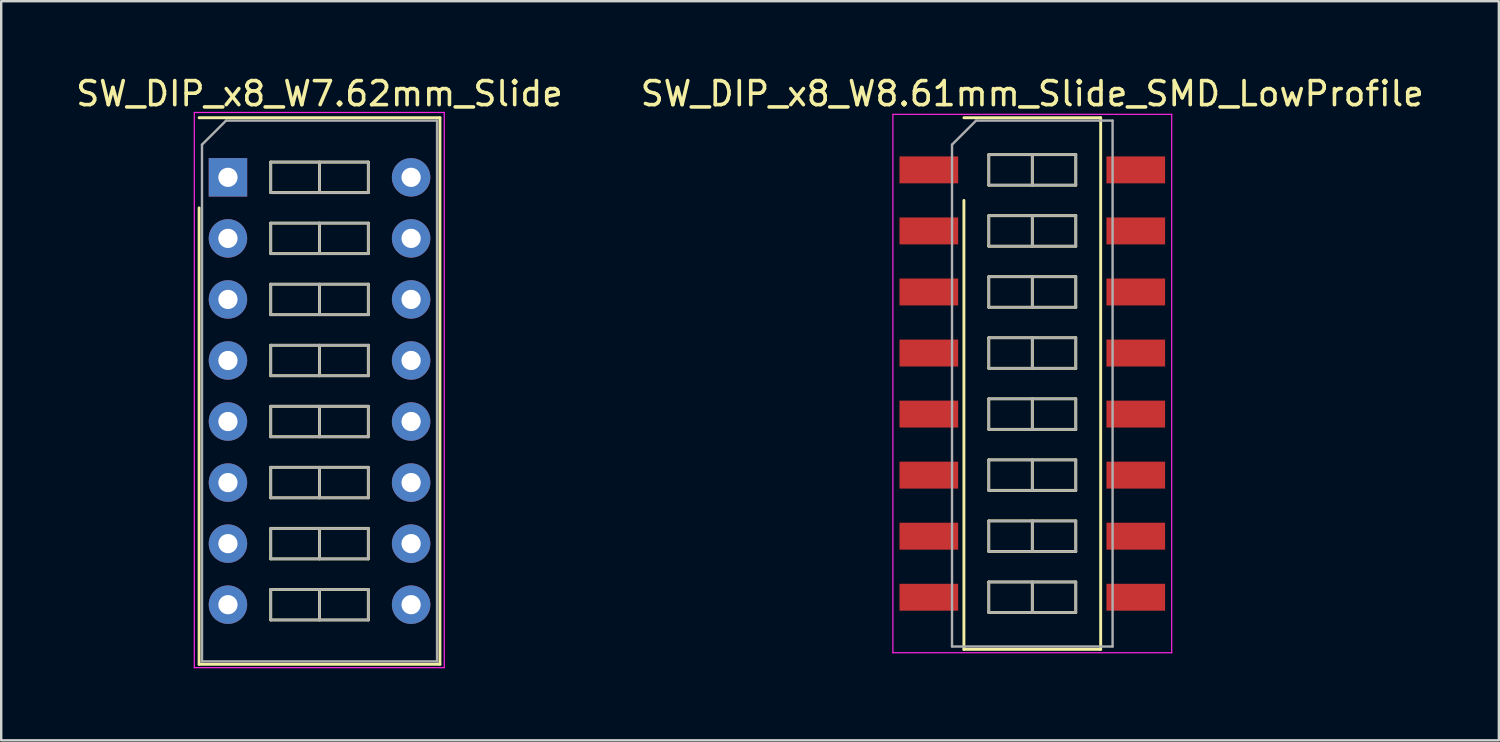
<source format=kicad_pcb>
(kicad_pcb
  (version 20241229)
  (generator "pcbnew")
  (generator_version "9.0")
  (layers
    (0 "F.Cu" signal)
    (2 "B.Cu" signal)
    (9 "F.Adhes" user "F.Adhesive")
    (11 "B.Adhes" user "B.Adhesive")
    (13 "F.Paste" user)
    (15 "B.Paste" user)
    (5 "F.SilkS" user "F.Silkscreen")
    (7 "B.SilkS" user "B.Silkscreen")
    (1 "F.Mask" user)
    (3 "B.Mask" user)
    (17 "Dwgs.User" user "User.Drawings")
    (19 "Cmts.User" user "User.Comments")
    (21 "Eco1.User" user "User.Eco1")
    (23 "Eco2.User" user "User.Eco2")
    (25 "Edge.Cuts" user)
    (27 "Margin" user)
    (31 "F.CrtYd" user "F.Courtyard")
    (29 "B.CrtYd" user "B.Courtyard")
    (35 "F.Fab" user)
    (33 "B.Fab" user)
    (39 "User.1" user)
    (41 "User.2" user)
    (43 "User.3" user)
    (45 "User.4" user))
  (footprint "SW_DIP_x8_W8.61mm_Slide_SMD_LowProfile"
    (layer "F.Cu")
    (at 39.899 12.908)
    (property "Reference" "SW_DIP_x8_W8.61mm_Slide_SMD_LowProfile" (at 0 -12.06 0) (layer "F.SilkS") (effects (font (size 1 1) (thickness 0.15))))
    (attr smd)
    (fp_line (start -2.845 -11.06) (end 2.845 -11.06) (stroke (width 0.12) (type solid)) (layer "F.SilkS"))
    (fp_line (start -2.845 11.06) (end -2.845 -7.62) (stroke (width 0.12) (type solid)) (layer "F.SilkS"))
    (fp_line (start -1.81 -9.525) (end -1.81 -8.255) (stroke (width 0.12) (type solid)) (layer "F.SilkS"))
    (fp_line (start -1.81 -8.255) (end 1.81 -8.255) (stroke (width 0.12) (type solid)) (layer "F.SilkS"))
    (fp_line (start -1.81 -6.985) (end -1.81 -5.715) (stroke (width 0.12) (type solid)) (layer "F.SilkS"))
    (fp_line (start -1.81 -5.715) (end 1.81 -5.715) (stroke (width 0.12) (type solid)) (layer "F.SilkS"))
    (fp_line (start -1.81 -4.445) (end -1.81 -3.175) (stroke (width 0.12) (type solid)) (layer "F.SilkS"))
    (fp_line (start -1.81 -3.175) (end 1.81 -3.175) (stroke (width 0.12) (type solid)) (layer "F.SilkS"))
    (fp_line (start -1.81 -1.905) (end -1.81 -0.635) (stroke (width 0.12) (type solid)) (layer "F.SilkS"))
    (fp_line (start -1.81 -0.635) (end 1.81 -0.635) (stroke (width 0.12) (type solid)) (layer "F.SilkS"))
    (fp_line (start -1.81 0.635) (end -1.81 1.905) (stroke (width 0.12) (type solid)) (layer "F.SilkS"))
    (fp_line (start -1.81 1.905) (end 1.81 1.905) (stroke (width 0.12) (type solid)) (layer "F.SilkS"))
    (fp_line (start -1.81 3.175) (end -1.81 4.445) (stroke (width 0.12) (type solid)) (layer "F.SilkS"))
    (fp_line (start -1.81 4.445) (end 1.81 4.445) (stroke (width 0.12) (type solid)) (layer "F.SilkS"))
    (fp_line (start -1.81 5.715) (end -1.81 6.985) (stroke (width 0.12) (type solid)) (layer "F.SilkS"))
    (fp_line (start -1.81 6.985) (end 1.81 6.985) (stroke (width 0.12) (type solid)) (layer "F.SilkS"))
    (fp_line (start -1.81 8.255) (end -1.81 9.525) (stroke (width 0.12) (type solid)) (layer "F.SilkS"))
    (fp_line (start -1.81 9.525) (end 1.81 9.525) (stroke (width 0.12) (type solid)) (layer "F.SilkS"))
    (fp_line (start 0 -9.525) (end 0 -8.255) (stroke (width 0.12) (type solid)) (layer "F.SilkS"))
    (fp_line (start 0 -6.985) (end 0 -5.715) (stroke (width 0.12) (type solid)) (layer "F.SilkS"))
    (fp_line (start 0 -4.445) (end 0 -3.175) (stroke (width 0.12) (type solid)) (layer "F.SilkS"))
    (fp_line (start 0 -1.905) (end 0 -0.635) (stroke (width 0.12) (type solid)) (layer "F.SilkS"))
    (fp_line (start 0 0.635) (end 0 1.905) (stroke (width 0.12) (type solid)) (layer "F.SilkS"))
    (fp_line (start 0 3.175) (end 0 4.445) (stroke (width 0.12) (type solid)) (layer "F.SilkS"))
    (fp_line (start 0 5.715) (end 0 6.985) (stroke (width 0.12) (type solid)) (layer "F.SilkS"))
    (fp_line (start 0 8.255) (end 0 9.525) (stroke (width 0.12) (type solid)) (layer "F.SilkS"))
    (fp_line (start 1.81 -9.525) (end -1.81 -9.525) (stroke (width 0.12) (type solid)) (layer "F.SilkS"))
    (fp_line (start 1.81 -8.255) (end 1.81 -9.525) (stroke (width 0.12) (type solid)) (layer "F.SilkS"))
    (fp_line (start 1.81 -6.985) (end -1.81 -6.985) (stroke (width 0.12) (type solid)) (layer "F.SilkS"))
    (fp_line (start 1.81 -5.715) (end 1.81 -6.985) (stroke (width 0.12) (type solid)) (layer "F.SilkS"))
    (fp_line (start 1.81 -4.445) (end -1.81 -4.445) (stroke (width 0.12) (type solid)) (layer "F.SilkS"))
    (fp_line (start 1.81 -3.175) (end 1.81 -4.445) (stroke (width 0.12) (type solid)) (layer "F.SilkS"))
    (fp_line (start 1.81 -1.905) (end -1.81 -1.905) (stroke (width 0.12) (type solid)) (layer "F.SilkS"))
    (fp_line (start 1.81 -0.635) (end 1.81 -1.905) (stroke (width 0.12) (type solid)) (layer "F.SilkS"))
    (fp_line (start 1.81 0.635) (end -1.81 0.635) (stroke (width 0.12) (type solid)) (layer "F.SilkS"))
    (fp_line (start 1.81 1.905) (end 1.81 0.635) (stroke (width 0.12) (type solid)) (layer "F.SilkS"))
    (fp_line (start 1.81 3.175) (end -1.81 3.175) (stroke (width 0.12) (type solid)) (layer "F.SilkS"))
    (fp_line (start 1.81 4.445) (end 1.81 3.175) (stroke (width 0.12) (type solid)) (layer "F.SilkS"))
    (fp_line (start 1.81 5.715) (end -1.81 5.715) (stroke (width 0.12) (type solid)) (layer "F.SilkS"))
    (fp_line (start 1.81 6.985) (end 1.81 5.715) (stroke (width 0.12) (type solid)) (layer "F.SilkS"))
    (fp_line (start 1.81 8.255) (end -1.81 8.255) (stroke (width 0.12) (type solid)) (layer "F.SilkS"))
    (fp_line (start 1.81 9.525) (end 1.81 8.255) (stroke (width 0.12) (type solid)) (layer "F.SilkS"))
    (fp_line (start 2.845 -11.06) (end 2.845 11.06) (stroke (width 0.12) (type solid)) (layer "F.SilkS"))
    (fp_line (start 2.845 11.06) (end -2.845 11.06) (stroke (width 0.12) (type solid)) (layer "F.SilkS"))
    (fp_line (start -5.8 -11.2) (end -5.8 11.2) (stroke (width 0.05) (type solid)) (layer "F.CrtYd"))
    (fp_line (start -5.8 11.2) (end 5.8 11.2) (stroke (width 0.05) (type solid)) (layer "F.CrtYd"))
    (fp_line (start 5.8 -11.2) (end -5.8 -11.2) (stroke (width 0.05) (type solid)) (layer "F.CrtYd"))
    (fp_line (start 5.8 11.2) (end 5.8 -11.2) (stroke (width 0.05) (type solid)) (layer "F.CrtYd"))
    (fp_line (start -3.34 -9.94) (end -2.34 -10.94) (stroke (width 0.1) (type solid)) (layer "F.Fab"))
    (fp_line (start -3.34 10.94) (end -3.34 -9.94) (stroke (width 0.1) (type solid)) (layer "F.Fab"))
    (fp_line (start -2.34 -10.94) (end 3.34 -10.94) (stroke (width 0.1) (type solid)) (layer "F.Fab"))
    (fp_line (start -1.81 -9.525) (end -1.81 -8.255) (stroke (width 0.1) (type solid)) (layer "F.Fab"))
    (fp_line (start -1.81 -8.255) (end 1.81 -8.255) (stroke (width 0.1) (type solid)) (layer "F.Fab"))
    (fp_line (start -1.81 -6.985) (end -1.81 -5.715) (stroke (width 0.1) (type solid)) (layer "F.Fab"))
    (fp_line (start -1.81 -5.715) (end 1.81 -5.715) (stroke (width 0.1) (type solid)) (layer "F.Fab"))
    (fp_line (start -1.81 -4.445) (end -1.81 -3.175) (stroke (width 0.1) (type solid)) (layer "F.Fab"))
    (fp_line (start -1.81 -3.175) (end 1.81 -3.175) (stroke (width 0.1) (type solid)) (layer "F.Fab"))
    (fp_line (start -1.81 -1.905) (end -1.81 -0.635) (stroke (width 0.1) (type solid)) (layer "F.Fab"))
    (fp_line (start -1.81 -0.635) (end 1.81 -0.635) (stroke (width 0.1) (type solid)) (layer "F.Fab"))
    (fp_line (start -1.81 0.635) (end -1.81 1.905) (stroke (width 0.1) (type solid)) (layer "F.Fab"))
    (fp_line (start -1.81 1.905) (end 1.81 1.905) (stroke (width 0.1) (type solid)) (layer "F.Fab"))
    (fp_line (start -1.81 3.175) (end -1.81 4.445) (stroke (width 0.1) (type solid)) (layer "F.Fab"))
    (fp_line (start -1.81 4.445) (end 1.81 4.445) (stroke (width 0.1) (type solid)) (layer "F.Fab"))
    (fp_line (start -1.81 5.715) (end -1.81 6.985) (stroke (width 0.1) (type solid)) (layer "F.Fab"))
    (fp_line (start -1.81 6.985) (end 1.81 6.985) (stroke (width 0.1) (type solid)) (layer "F.Fab"))
    (fp_line (start -1.81 8.255) (end -1.81 9.525) (stroke (width 0.1) (type solid)) (layer "F.Fab"))
    (fp_line (start -1.81 9.525) (end 1.81 9.525) (stroke (width 0.1) (type solid)) (layer "F.Fab"))
    (fp_line (start 0 -9.525) (end 0 -8.255) (stroke (width 0.1) (type solid)) (layer "F.Fab"))
    (fp_line (start 0 -6.985) (end 0 -5.715) (stroke (width 0.1) (type solid)) (layer "F.Fab"))
    (fp_line (start 0 -4.445) (end 0 -3.175) (stroke (width 0.1) (type solid)) (layer "F.Fab"))
    (fp_line (start 0 -1.905) (end 0 -0.635) (stroke (width 0.1) (type solid)) (layer "F.Fab"))
    (fp_line (start 0 0.635) (end 0 1.905) (stroke (width 0.1) (type solid)) (layer "F.Fab"))
    (fp_line (start 0 3.175) (end 0 4.445) (stroke (width 0.1) (type solid)) (layer "F.Fab"))
    (fp_line (start 0 5.715) (end 0 6.985) (stroke (width 0.1) (type solid)) (layer "F.Fab"))
    (fp_line (start 0 8.255) (end 0 9.525) (stroke (width 0.1) (type solid)) (layer "F.Fab"))
    (fp_line (start 1.81 -9.525) (end -1.81 -9.525) (stroke (width 0.1) (type solid)) (layer "F.Fab"))
    (fp_line (start 1.81 -8.255) (end 1.81 -9.525) (stroke (width 0.1) (type solid)) (layer "F.Fab"))
    (fp_line (start 1.81 -6.985) (end -1.81 -6.985) (stroke (width 0.1) (type solid)) (layer "F.Fab"))
    (fp_line (start 1.81 -5.715) (end 1.81 -6.985) (stroke (width 0.1) (type solid)) (layer "F.Fab"))
    (fp_line (start 1.81 -4.445) (end -1.81 -4.445) (stroke (width 0.1) (type solid)) (layer "F.Fab"))
    (fp_line (start 1.81 -3.175) (end 1.81 -4.445) (stroke (width 0.1) (type solid)) (layer "F.Fab"))
    (fp_line (start 1.81 -1.905) (end -1.81 -1.905) (stroke (width 0.1) (type solid)) (layer "F.Fab"))
    (fp_line (start 1.81 -0.635) (end 1.81 -1.905) (stroke (width 0.1) (type solid)) (layer "F.Fab"))
    (fp_line (start 1.81 0.635) (end -1.81 0.635) (stroke (width 0.1) (type solid)) (layer "F.Fab"))
    (fp_line (start 1.81 1.905) (end 1.81 0.635) (stroke (width 0.1) (type solid)) (layer "F.Fab"))
    (fp_line (start 1.81 3.175) (end -1.81 3.175) (stroke (width 0.1) (type solid)) (layer "F.Fab"))
    (fp_line (start 1.81 4.445) (end 1.81 3.175) (stroke (width 0.1) (type solid)) (layer "F.Fab"))
    (fp_line (start 1.81 5.715) (end -1.81 5.715) (stroke (width 0.1) (type solid)) (layer "F.Fab"))
    (fp_line (start 1.81 6.985) (end 1.81 5.715) (stroke (width 0.1) (type solid)) (layer "F.Fab"))
    (fp_line (start 1.81 8.255) (end -1.81 8.255) (stroke (width 0.1) (type solid)) (layer "F.Fab"))
    (fp_line (start 1.81 9.525) (end 1.81 8.255) (stroke (width 0.1) (type solid)) (layer "F.Fab"))
    (fp_line (start 3.34 -10.94) (end 3.34 10.94) (stroke (width 0.1) (type solid)) (layer "F.Fab"))
    (fp_line (start 3.34 10.94) (end -3.34 10.94) (stroke (width 0.1) (type solid)) (layer "F.Fab"))
    (pad "1" smd rect (at -4.305 -8.89) (size 2.44 1.12) (layers "F.Cu" "F.Mask"))
    (pad "2" smd rect (at -4.305 -6.35) (size 2.44 1.12) (layers "F.Cu" "F.Mask"))
    (pad "3" smd rect (at -4.305 -3.81) (size 2.44 1.12) (layers "F.Cu" "F.Mask"))
    (pad "4" smd rect (at -4.305 -1.27) (size 2.44 1.12) (layers "F.Cu" "F.Mask"))
    (pad "5" smd rect (at -4.305 1.27) (size 2.44 1.12) (layers "F.Cu" "F.Mask"))
    (pad "6" smd rect (at -4.305 3.81) (size 2.44 1.12) (layers "F.Cu" "F.Mask"))
    (pad "7" smd rect (at -4.305 6.35) (size 2.44 1.12) (layers "F.Cu" "F.Mask"))
    (pad "8" smd rect (at -4.305 8.89) (size 2.44 1.12) (layers "F.Cu" "F.Mask"))
    (pad "9" smd rect (at 4.305 8.89) (size 2.44 1.12) (layers "F.Cu" "F.Mask"))
    (pad "10" smd rect (at 4.305 6.35) (size 2.44 1.12) (layers "F.Cu" "F.Mask"))
    (pad "11" smd rect (at 4.305 3.81) (size 2.44 1.12) (layers "F.Cu" "F.Mask"))
    (pad "12" smd rect (at 4.305 1.27) (size 2.44 1.12) (layers "F.Cu" "F.Mask"))
    (pad "13" smd rect (at 4.305 -1.27) (size 2.44 1.12) (layers "F.Cu" "F.Mask"))
    (pad "14" smd rect (at 4.305 -3.81) (size 2.44 1.12) (layers "F.Cu" "F.Mask"))
    (pad "15" smd rect (at 4.305 -6.35) (size 2.44 1.12) (layers "F.Cu" "F.Mask"))
    (pad "16" smd rect (at 4.305 -8.89) (size 2.44 1.12) (layers "F.Cu" "F.Mask")))
  (footprint "SW_DIP_x8_W7.62mm_Slide"
    (layer "F.Cu")
    (at 6.434 4.328)
    (property "Reference" "SW_DIP_x8_W7.62mm_Slide" (at 3.81 -3.48 0) (layer "F.SilkS") (effects (font (size 1 1) (thickness 0.15))))
    (attr through_hole)
    (fp_line (start -1.2 -2.48) (end 8.82 -2.48) (stroke (width 0.12) (type solid)) (layer "F.SilkS"))
    (fp_line (start -1.2 20.26) (end -1.2 1.27) (stroke (width 0.12) (type solid)) (layer "F.SilkS"))
    (fp_line (start 1.78 -0.635) (end 1.78 0.635) (stroke (width 0.12) (type solid)) (layer "F.SilkS"))
    (fp_line (start 1.78 0.635) (end 5.84 0.635) (stroke (width 0.12) (type solid)) (layer "F.SilkS"))
    (fp_line (start 1.78 1.905) (end 1.78 3.175) (stroke (width 0.12) (type solid)) (layer "F.SilkS"))
    (fp_line (start 1.78 3.175) (end 5.84 3.175) (stroke (width 0.12) (type solid)) (layer "F.SilkS"))
    (fp_line (start 1.78 4.445) (end 1.78 5.715) (stroke (width 0.12) (type solid)) (layer "F.SilkS"))
    (fp_line (start 1.78 5.715) (end 5.84 5.715) (stroke (width 0.12) (type solid)) (layer "F.SilkS"))
    (fp_line (start 1.78 6.985) (end 1.78 8.255) (stroke (width 0.12) (type solid)) (layer "F.SilkS"))
    (fp_line (start 1.78 8.255) (end 5.84 8.255) (stroke (width 0.12) (type solid)) (layer "F.SilkS"))
    (fp_line (start 1.78 9.525) (end 1.78 10.795) (stroke (width 0.12) (type solid)) (layer "F.SilkS"))
    (fp_line (start 1.78 10.795) (end 5.84 10.795) (stroke (width 0.12) (type solid)) (layer "F.SilkS"))
    (fp_line (start 1.78 12.065) (end 1.78 13.335) (stroke (width 0.12) (type solid)) (layer "F.SilkS"))
    (fp_line (start 1.78 13.335) (end 5.84 13.335) (stroke (width 0.12) (type solid)) (layer "F.SilkS"))
    (fp_line (start 1.78 14.605) (end 1.78 15.875) (stroke (width 0.12) (type solid)) (layer "F.SilkS"))
    (fp_line (start 1.78 15.875) (end 5.84 15.875) (stroke (width 0.12) (type solid)) (layer "F.SilkS"))
    (fp_line (start 1.78 17.145) (end 1.78 18.415) (stroke (width 0.12) (type solid)) (layer "F.SilkS"))
    (fp_line (start 1.78 18.415) (end 5.84 18.415) (stroke (width 0.12) (type solid)) (layer "F.SilkS"))
    (fp_line (start 3.81 -0.635) (end 3.81 0.635) (stroke (width 0.12) (type solid)) (layer "F.SilkS"))
    (fp_line (start 3.81 1.905) (end 3.81 3.175) (stroke (width 0.12) (type solid)) (layer "F.SilkS"))
    (fp_line (start 3.81 4.445) (end 3.81 5.715) (stroke (width 0.12) (type solid)) (layer "F.SilkS"))
    (fp_line (start 3.81 6.985) (end 3.81 8.255) (stroke (width 0.12) (type solid)) (layer "F.SilkS"))
    (fp_line (start 3.81 9.525) (end 3.81 10.795) (stroke (width 0.12) (type solid)) (layer "F.SilkS"))
    (fp_line (start 3.81 12.065) (end 3.81 13.335) (stroke (width 0.12) (type solid)) (layer "F.SilkS"))
    (fp_line (start 3.81 14.605) (end 3.81 15.875) (stroke (width 0.12) (type solid)) (layer "F.SilkS"))
    (fp_line (start 3.81 17.145) (end 3.81 18.415) (stroke (width 0.12) (type solid)) (layer "F.SilkS"))
    (fp_line (start 5.84 -0.635) (end 1.78 -0.635) (stroke (width 0.12) (type solid)) (layer "F.SilkS"))
    (fp_line (start 5.84 0.635) (end 5.84 -0.635) (stroke (width 0.12) (type solid)) (layer "F.SilkS"))
    (fp_line (start 5.84 1.905) (end 1.78 1.905) (stroke (width 0.12) (type solid)) (layer "F.SilkS"))
    (fp_line (start 5.84 3.175) (end 5.84 1.905) (stroke (width 0.12) (type solid)) (layer "F.SilkS"))
    (fp_line (start 5.84 4.445) (end 1.78 4.445) (stroke (width 0.12) (type solid)) (layer "F.SilkS"))
    (fp_line (start 5.84 5.715) (end 5.84 4.445) (stroke (width 0.12) (type solid)) (layer "F.SilkS"))
    (fp_line (start 5.84 6.985) (end 1.78 6.985) (stroke (width 0.12) (type solid)) (layer "F.SilkS"))
    (fp_line (start 5.84 8.255) (end 5.84 6.985) (stroke (width 0.12) (type solid)) (layer "F.SilkS"))
    (fp_line (start 5.84 9.525) (end 1.78 9.525) (stroke (width 0.12) (type solid)) (layer "F.SilkS"))
    (fp_line (start 5.84 10.795) (end 5.84 9.525) (stroke (width 0.12) (type solid)) (layer "F.SilkS"))
    (fp_line (start 5.84 12.065) (end 1.78 12.065) (stroke (width 0.12) (type solid)) (layer "F.SilkS"))
    (fp_line (start 5.84 13.335) (end 5.84 12.065) (stroke (width 0.12) (type solid)) (layer "F.SilkS"))
    (fp_line (start 5.84 14.605) (end 1.78 14.605) (stroke (width 0.12) (type solid)) (layer "F.SilkS"))
    (fp_line (start 5.84 15.875) (end 5.84 14.605) (stroke (width 0.12) (type solid)) (layer "F.SilkS"))
    (fp_line (start 5.84 17.145) (end 1.78 17.145) (stroke (width 0.12) (type solid)) (layer "F.SilkS"))
    (fp_line (start 5.84 18.415) (end 5.84 17.145) (stroke (width 0.12) (type solid)) (layer "F.SilkS"))
    (fp_line (start 8.82 -2.48) (end 8.82 20.26) (stroke (width 0.12) (type solid)) (layer "F.SilkS"))
    (fp_line (start 8.82 20.26) (end -1.2 20.26) (stroke (width 0.12) (type solid)) (layer "F.SilkS"))
    (fp_line (start -1.4 -2.7) (end -1.4 20.4) (stroke (width 0.05) (type solid)) (layer "F.CrtYd"))
    (fp_line (start -1.4 20.4) (end 9 20.4) (stroke (width 0.05) (type solid)) (layer "F.CrtYd"))
    (fp_line (start 9 -2.7) (end -1.4 -2.7) (stroke (width 0.05) (type solid)) (layer "F.CrtYd"))
    (fp_line (start 9 20.4) (end 9 -2.7) (stroke (width 0.05) (type solid)) (layer "F.CrtYd"))
    (fp_line (start -1.08 -1.36) (end -0.08 -2.36) (stroke (width 0.1) (type solid)) (layer "F.Fab"))
    (fp_line (start -1.08 20.14) (end -1.08 -1.36) (stroke (width 0.1) (type solid)) (layer "F.Fab"))
    (fp_line (start -0.08 -2.36) (end 8.7 -2.36) (stroke (width 0.1) (type solid)) (layer "F.Fab"))
    (fp_line (start 1.78 -0.635) (end 1.78 0.635) (stroke (width 0.1) (type solid)) (layer "F.Fab"))
    (fp_line (start 1.78 0.635) (end 5.84 0.635) (stroke (width 0.1) (type solid)) (layer "F.Fab"))
    (fp_line (start 1.78 1.905) (end 1.78 3.175) (stroke (width 0.1) (type solid)) (layer "F.Fab"))
    (fp_line (start 1.78 3.175) (end 5.84 3.175) (stroke (width 0.1) (type solid)) (layer "F.Fab"))
    (fp_line (start 1.78 4.445) (end 1.78 5.715) (stroke (width 0.1) (type solid)) (layer "F.Fab"))
    (fp_line (start 1.78 5.715) (end 5.84 5.715) (stroke (width 0.1) (type solid)) (layer "F.Fab"))
    (fp_line (start 1.78 6.985) (end 1.78 8.255) (stroke (width 0.1) (type solid)) (layer "F.Fab"))
    (fp_line (start 1.78 8.255) (end 5.84 8.255) (stroke (width 0.1) (type solid)) (layer "F.Fab"))
    (fp_line (start 1.78 9.525) (end 1.78 10.795) (stroke (width 0.1) (type solid)) (layer "F.Fab"))
    (fp_line (start 1.78 10.795) (end 5.84 10.795) (stroke (width 0.1) (type solid)) (layer "F.Fab"))
    (fp_line (start 1.78 12.065) (end 1.78 13.335) (stroke (width 0.1) (type solid)) (layer "F.Fab"))
    (fp_line (start 1.78 13.335) (end 5.84 13.335) (stroke (width 0.1) (type solid)) (layer "F.Fab"))
    (fp_line (start 1.78 14.605) (end 1.78 15.875) (stroke (width 0.1) (type solid)) (layer "F.Fab"))
    (fp_line (start 1.78 15.875) (end 5.84 15.875) (stroke (width 0.1) (type solid)) (layer "F.Fab"))
    (fp_line (start 1.78 17.145) (end 1.78 18.415) (stroke (width 0.1) (type solid)) (layer "F.Fab"))
    (fp_line (start 1.78 18.415) (end 5.84 18.415) (stroke (width 0.1) (type solid)) (layer "F.Fab"))
    (fp_line (start 3.81 -0.635) (end 3.81 0.635) (stroke (width 0.1) (type solid)) (layer "F.Fab"))
    (fp_line (start 3.81 1.905) (end 3.81 3.175) (stroke (width 0.1) (type solid)) (layer "F.Fab"))
    (fp_line (start 3.81 4.445) (end 3.81 5.715) (stroke (width 0.1) (type solid)) (layer "F.Fab"))
    (fp_line (start 3.81 6.985) (end 3.81 8.255) (stroke (width 0.1) (type solid)) (layer "F.Fab"))
    (fp_line (start 3.81 9.525) (end 3.81 10.795) (stroke (width 0.1) (type solid)) (layer "F.Fab"))
    (fp_line (start 3.81 12.065) (end 3.81 13.335) (stroke (width 0.1) (type solid)) (layer "F.Fab"))
    (fp_line (start 3.81 14.605) (end 3.81 15.875) (stroke (width 0.1) (type solid)) (layer "F.Fab"))
    (fp_line (start 3.81 17.145) (end 3.81 18.415) (stroke (width 0.1) (type solid)) (layer "F.Fab"))
    (fp_line (start 5.84 -0.635) (end 1.78 -0.635) (stroke (width 0.1) (type solid)) (layer "F.Fab"))
    (fp_line (start 5.84 0.635) (end 5.84 -0.635) (stroke (width 0.1) (type solid)) (layer "F.Fab"))
    (fp_line (start 5.84 1.905) (end 1.78 1.905) (stroke (width 0.1) (type solid)) (layer "F.Fab"))
    (fp_line (start 5.84 3.175) (end 5.84 1.905) (stroke (width 0.1) (type solid)) (layer "F.Fab"))
    (fp_line (start 5.84 4.445) (end 1.78 4.445) (stroke (width 0.1) (type solid)) (layer "F.Fab"))
    (fp_line (start 5.84 5.715) (end 5.84 4.445) (stroke (width 0.1) (type solid)) (layer "F.Fab"))
    (fp_line (start 5.84 6.985) (end 1.78 6.985) (stroke (width 0.1) (type solid)) (layer "F.Fab"))
    (fp_line (start 5.84 8.255) (end 5.84 6.985) (stroke (width 0.1) (type solid)) (layer "F.Fab"))
    (fp_line (start 5.84 9.525) (end 1.78 9.525) (stroke (width 0.1) (type solid)) (layer "F.Fab"))
    (fp_line (start 5.84 10.795) (end 5.84 9.525) (stroke (width 0.1) (type solid)) (layer "F.Fab"))
    (fp_line (start 5.84 12.065) (end 1.78 12.065) (stroke (width 0.1) (type solid)) (layer "F.Fab"))
    (fp_line (start 5.84 13.335) (end 5.84 12.065) (stroke (width 0.1) (type solid)) (layer "F.Fab"))
    (fp_line (start 5.84 14.605) (end 1.78 14.605) (stroke (width 0.1) (type solid)) (layer "F.Fab"))
    (fp_line (start 5.84 15.875) (end 5.84 14.605) (stroke (width 0.1) (type solid)) (layer "F.Fab"))
    (fp_line (start 5.84 17.145) (end 1.78 17.145) (stroke (width 0.1) (type solid)) (layer "F.Fab"))
    (fp_line (start 5.84 18.415) (end 5.84 17.145) (stroke (width 0.1) (type solid)) (layer "F.Fab"))
    (fp_line (start 8.7 -2.36) (end 8.7 20.14) (stroke (width 0.1) (type solid)) (layer "F.Fab"))
    (fp_line (start 8.7 20.14) (end -1.08 20.14) (stroke (width 0.1) (type solid)) (layer "F.Fab"))
    (pad "1" thru_hole rect (at 0 0) (size 1.6 1.6) (drill 0.8) (layers "*.Cu" "*.Mask"))
    (pad "2" thru_hole oval (at 0 2.54) (size 1.6 1.6) (drill 0.8) (layers "*.Cu" "*.Mask"))
    (pad "3" thru_hole oval (at 0 5.08) (size 1.6 1.6) (drill 0.8) (layers "*.Cu" "*.Mask"))
    (pad "4" thru_hole oval (at 0 7.62) (size 1.6 1.6) (drill 0.8) (layers "*.Cu" "*.Mask"))
    (pad "5" thru_hole oval (at 0 10.16) (size 1.6 1.6) (drill 0.8) (layers "*.Cu" "*.Mask"))
    (pad "6" thru_hole oval (at 0 12.7) (size 1.6 1.6) (drill 0.8) (layers "*.Cu" "*.Mask"))
    (pad "7" thru_hole oval (at 0 15.24) (size 1.6 1.6) (drill 0.8) (layers "*.Cu" "*.Mask"))
    (pad "8" thru_hole oval (at 0 17.78) (size 1.6 1.6) (drill 0.8) (layers "*.Cu" "*.Mask"))
    (pad "9" thru_hole oval (at 7.62 17.78) (size 1.6 1.6) (drill 0.8) (layers "*.Cu" "*.Mask"))
    (pad "10" thru_hole oval (at 7.62 15.24) (size 1.6 1.6) (drill 0.8) (layers "*.Cu" "*.Mask"))
    (pad "11" thru_hole oval (at 7.62 12.7) (size 1.6 1.6) (drill 0.8) (layers "*.Cu" "*.Mask"))
    (pad "12" thru_hole oval (at 7.62 10.16) (size 1.6 1.6) (drill 0.8) (layers "*.Cu" "*.Mask"))
    (pad "13" thru_hole oval (at 7.62 7.62) (size 1.6 1.6) (drill 0.8) (layers "*.Cu" "*.Mask"))
    (pad "14" thru_hole oval (at 7.62 5.08) (size 1.6 1.6) (drill 0.8) (layers "*.Cu" "*.Mask"))
    (pad "15" thru_hole oval (at 7.62 2.54) (size 1.6 1.6) (drill 0.8) (layers "*.Cu" "*.Mask"))
    (pad "16" thru_hole oval (at 7.62 0) (size 1.6 1.6) (drill 0.8) (layers "*.Cu" "*.Mask")))
  (gr_rect
    (start -3 -3)
    (end 59.31 27.753)
    (stroke (width 0.1) (type default))
    (fill no)
    (layer "Edge.Cuts")))
</source>
